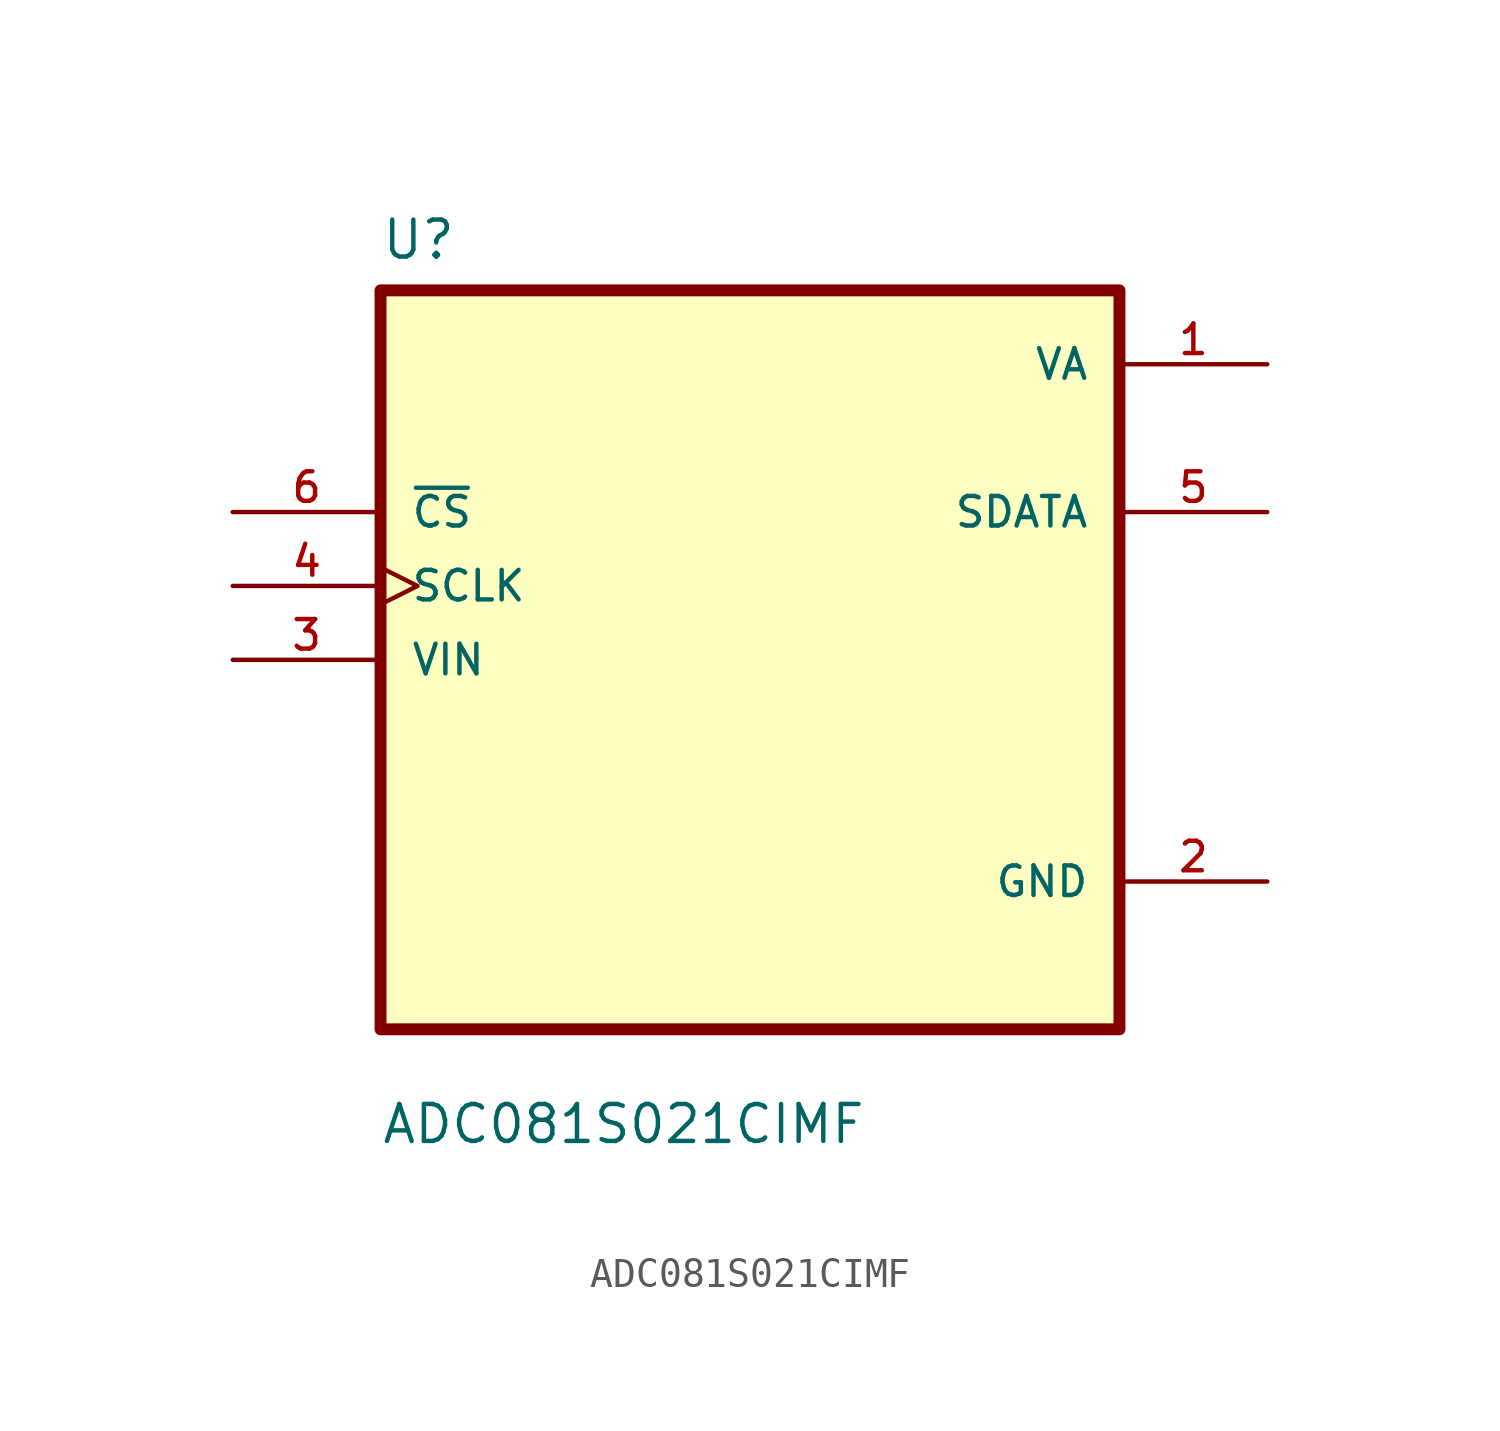
<source format=kicad_sym>
(kicad_symbol_lib
  (version 20211014)
  (generator kicad_symbol_editor)
  (symbol "ADC081S021CIMF"
    (pin_names
      (offset 1.016))
    (property "Reference" "U"
      (at -12.7 13.7 0.0)
      (effects (font (size 1.27 1.27)) (justify bottom left)))
    (property "Value" "ADC081S021CIMF"
      (at -12.7 -16.7 0.0)
      (effects (font (size 1.27 1.27)) (justify bottom left)))
    (symbol "ADC081S021CIMF_0_0"
      (rectangle (start -12.7 -12.7) (end 12.7 12.7) (stroke (width 0.41)) (fill (type background)))
      (pin input line (at -17.78 5.08 0) (length 5.08) (name "~{CS}" (effects (font (size 1.016 1.016)))) (number "6" (effects (font (size 1.016 1.016)))))
      (pin input clock (at -17.78 2.54 0) (length 5.08) (name "SCLK" (effects (font (size 1.016 1.016)))) (number "4" (effects (font (size 1.016 1.016)))))
      (pin input line (at -17.78 -8.88178e-16 0) (length 5.08) (name "VIN" (effects (font (size 1.016 1.016)))) (number "3" (effects (font (size 1.016 1.016)))))
      (pin power_in line (at 17.78 10.16 180.0) (length 5.08) (name "VA" (effects (font (size 1.016 1.016)))) (number "1" (effects (font (size 1.016 1.016)))))
      (pin output line (at 17.78 5.08 180.0) (length 5.08) (name "SDATA" (effects (font (size 1.016 1.016)))) (number "5" (effects (font (size 1.016 1.016)))))
      (pin power_in line (at 17.78 -7.62 180.0) (length 5.08) (name "GND" (effects (font (size 1.016 1.016)))) (number "2" (effects (font (size 1.016 1.016))))))))
</source>
